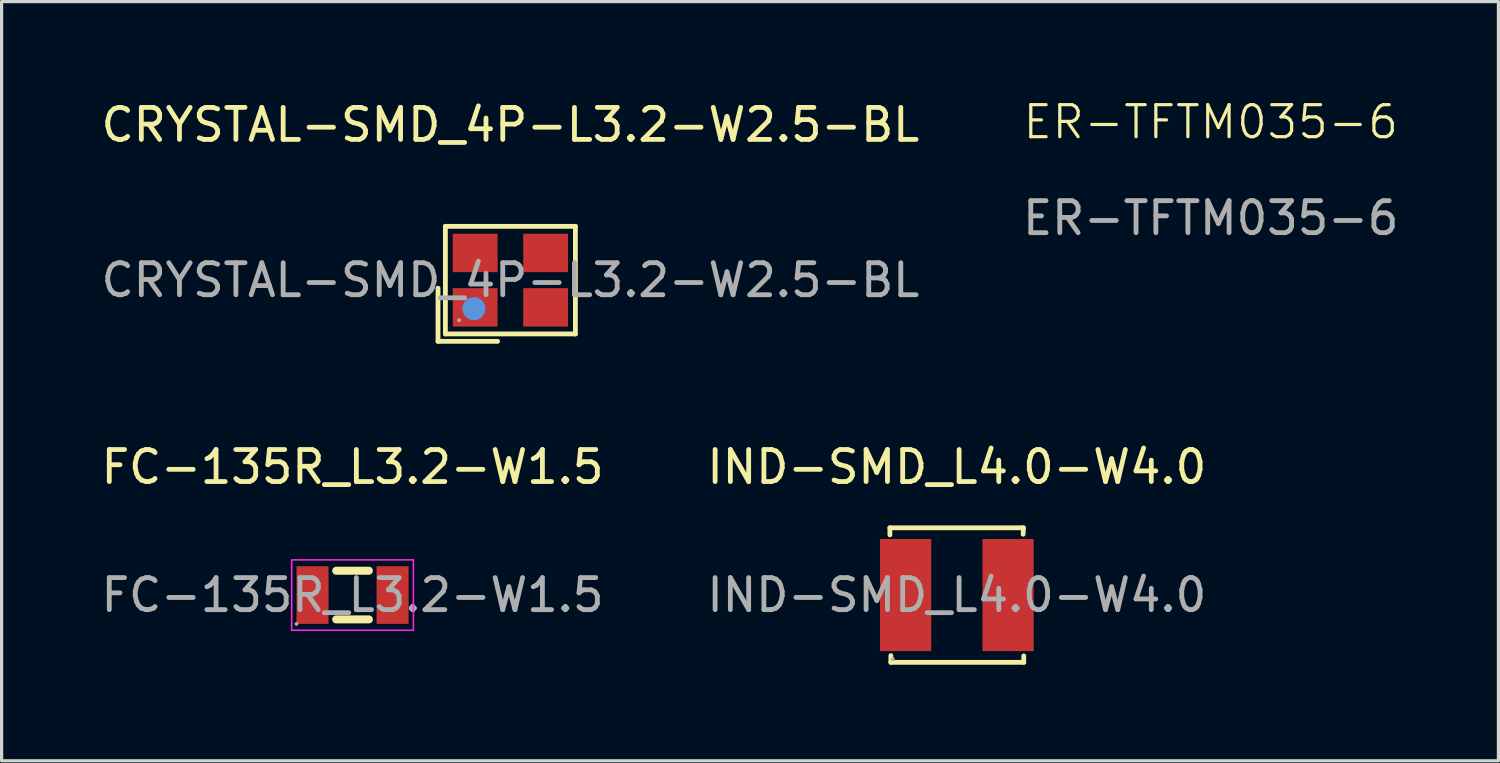
<source format=kicad_pcb>
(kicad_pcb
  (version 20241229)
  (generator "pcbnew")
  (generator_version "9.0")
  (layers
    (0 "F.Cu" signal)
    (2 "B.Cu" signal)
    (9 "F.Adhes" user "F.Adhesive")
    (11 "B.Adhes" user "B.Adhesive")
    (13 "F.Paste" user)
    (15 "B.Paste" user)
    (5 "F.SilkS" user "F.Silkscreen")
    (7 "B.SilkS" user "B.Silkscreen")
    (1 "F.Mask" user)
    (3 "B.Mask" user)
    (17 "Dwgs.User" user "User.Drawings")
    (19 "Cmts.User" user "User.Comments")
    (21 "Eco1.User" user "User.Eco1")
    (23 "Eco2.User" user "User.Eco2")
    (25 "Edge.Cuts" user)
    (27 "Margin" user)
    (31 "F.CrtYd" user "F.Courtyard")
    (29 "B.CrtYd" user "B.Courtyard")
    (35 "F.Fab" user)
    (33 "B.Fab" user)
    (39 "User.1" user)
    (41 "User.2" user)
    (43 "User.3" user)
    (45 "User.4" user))
  (footprint "CRYSTAL-SMD_4P-L3.2-W2.5-BL"
    (layer "F.Cu")
    (at 12.887 5.698)
    (property "Reference" "CRYSTAL-SMD_4P-L3.2-W2.5-BL" (at 0 -4.85 0) (layer "F.SilkS") (effects (font (size 1 1) (thickness 0.15))))
    (attr through_hole)
    (fp_line (start -2.26 0.25) (end -2.26 1.91) (stroke (width 0.15) (type solid)) (layer "F.SilkS"))
    (fp_line (start -2.26 1.91) (end -0.4 1.91) (stroke (width 0.15) (type solid)) (layer "F.SilkS"))
    (fp_line (start -2.03 -1.68) (end 2.03 -1.68) (stroke (width 0.15) (type solid)) (layer "F.SilkS"))
    (fp_line (start -2.03 1.68) (end -2.03 -1.68) (stroke (width 0.15) (type solid)) (layer "F.SilkS"))
    (fp_line (start 2.03 -1.68) (end 2.03 1.68) (stroke (width 0.15) (type solid)) (layer "F.SilkS"))
    (fp_line (start 2.03 1.68) (end -2.03 1.68) (stroke (width 0.15) (type solid)) (layer "F.SilkS"))
    (fp_circle (center -1.14 0.89) (end -0.96 0.89) (stroke (width 0.36) (type solid)) (fill no) (layer "Cmts.User"))
    (fp_circle (center -1.6 1.25) (end -1.57 1.25) (stroke (width 0.06) (type solid)) (fill no) (layer "F.Fab"))
    (fp_text user "${REFERENCE}" (at 0 0 0) (layer "F.Fab") (effects (font (size 1 1) (thickness 0.15))))
    (pad "1" smd rect (at -1.1 0.85) (size 1.4 1.2) (layers "F.Cu" "F.Mask" "F.Paste"))
    (pad "2" smd rect (at 1.1 0.85) (size 1.4 1.2) (layers "F.Cu" "F.Mask" "F.Paste"))
    (pad "3" smd rect (at 1.1 -0.85) (size 1.4 1.2) (layers "F.Cu" "F.Mask" "F.Paste"))
    (pad "4" smd rect (at -1.1 -0.85) (size 1.4 1.2) (layers "F.Cu" "F.Mask" "F.Paste")))
  (footprint "IND-SMD_L4.0-W4.0"
    (layer "F.Cu")
    (at 26.827 15.531)
    (property "Reference" "IND-SMD_L4.0-W4.0" (at 0 -4 0) (layer "F.SilkS") (effects (font (size 1 1) (thickness 0.15))))
    (attr through_hole)
    (fp_line (start -2.09 -2.1) (end -2.09 -1.88) (stroke (width 0.15) (type solid)) (layer "F.SilkS"))
    (fp_line (start -2.06 1.89) (end -2.06 2.1) (stroke (width 0.15) (type solid)) (layer "F.SilkS"))
    (fp_line (start -2.06 2.1) (end 2.09 2.1) (stroke (width 0.15) (type solid)) (layer "F.SilkS"))
    (fp_line (start 2.07 -1.9) (end 2.08 -2.1) (stroke (width 0.15) (type solid)) (layer "F.SilkS"))
    (fp_line (start 2.08 -2.1) (end -2.09 -2.1) (stroke (width 0.15) (type solid)) (layer "F.SilkS"))
    (fp_line (start 2.09 2.1) (end 2.09 1.9) (stroke (width 0.15) (type solid)) (layer "F.SilkS"))
    (fp_circle (center -2 2) (end -1.97 2) (stroke (width 0.06) (type solid)) (fill no) (layer "F.Fab"))
    (fp_text user "${REFERENCE}" (at 0 0 0) (layer "F.Fab") (effects (font (size 1 1) (thickness 0.15))))
    (pad "1" smd rect (at -1.6 0) (size 1.6 3.5) (layers "F.Cu" "F.Mask" "F.Paste"))
    (pad "2" smd rect (at 1.6 0) (size 1.6 3.5) (layers "F.Cu" "F.Mask" "F.Paste")))
  (footprint "FC-135R_L3.2-W1.5"
    (layer "F.Cu")
    (at 7.958 15.531)
    (property "Reference" "FC-135R_L3.2-W1.5" (at 0 -4 0) (layer "F.SilkS") (effects (font (size 1 1) (thickness 0.15))))
    (attr smd)
    (fp_line (start -0.51 -0.76) (end 0.51 -0.76) (stroke (width 0.25) (type solid)) (layer "F.SilkS"))
    (fp_line (start 0.51 0.76) (end -0.51 0.76) (stroke (width 0.25) (type solid)) (layer "F.SilkS"))
    (fp_rect (start -1.9 -1.1) (end 1.9 1.1) (stroke (width 0.05) (type default)) (fill no) (layer "F.CrtYd"))
    (fp_circle (center -1.75 0.9) (end -1.72 0.9) (stroke (width 0.06) (type solid)) (fill no) (layer "F.Fab"))
    (fp_text user "${REFERENCE}" (at 0 0 0) (layer "F.Fab") (effects (font (size 1 1) (thickness 0.15))))
    (pad "1" smd rect (at -1.25 0 90) (size 1.8 1) (layers "F.Cu" "F.Mask" "F.Paste"))
    (pad "2" smd rect (at 1.25 0 90) (size 1.8 1) (layers "F.Cu" "F.Mask" "F.Paste")))
  (footprint "ER-TFTM035-6"
    (layer "F.Cu")
    (at 34.756 1.26)
    (property "Reference" "ER-TFTM035-6" (at 0 -0.5 0) (unlocked yes) (layer "F.SilkS") (effects (font (size 1 1) (thickness 0.1))))
    (attr through_hole)
    (fp_text user "${REFERENCE}" (at 0 2.5 0) (unlocked yes) (layer "F.Fab") (effects (font (size 1 1) (thickness 0.15)))))
  (gr_rect
    (start -3 -3)
    (end 43.738 20.706)
    (stroke (width 0.1) (type default))
    (fill no)
    (layer "Edge.Cuts")))
</source>
